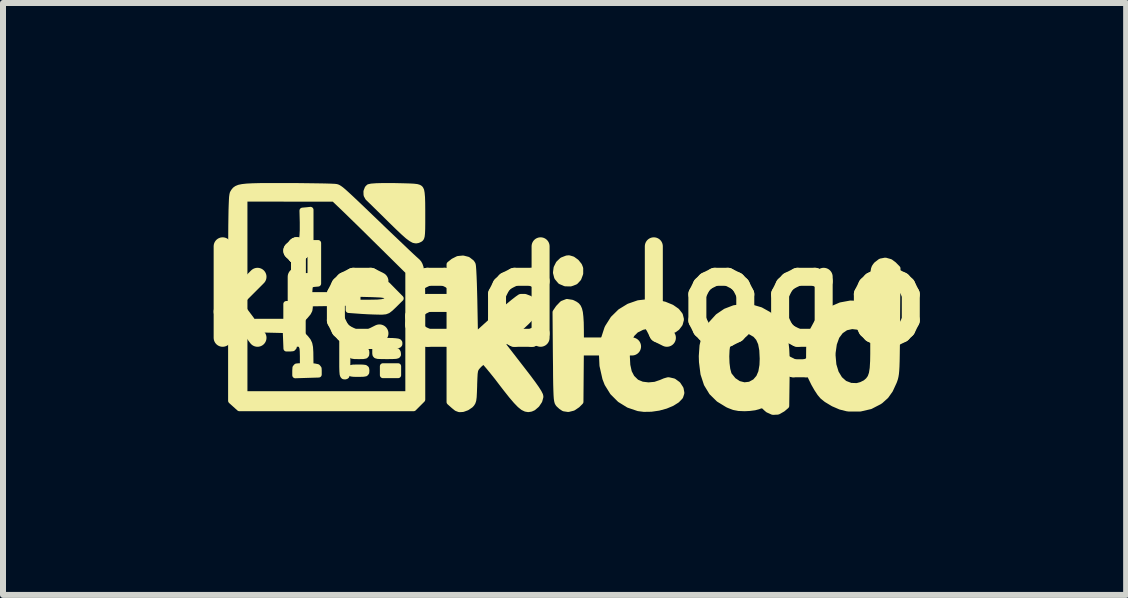
<source format=kicad_pcb>
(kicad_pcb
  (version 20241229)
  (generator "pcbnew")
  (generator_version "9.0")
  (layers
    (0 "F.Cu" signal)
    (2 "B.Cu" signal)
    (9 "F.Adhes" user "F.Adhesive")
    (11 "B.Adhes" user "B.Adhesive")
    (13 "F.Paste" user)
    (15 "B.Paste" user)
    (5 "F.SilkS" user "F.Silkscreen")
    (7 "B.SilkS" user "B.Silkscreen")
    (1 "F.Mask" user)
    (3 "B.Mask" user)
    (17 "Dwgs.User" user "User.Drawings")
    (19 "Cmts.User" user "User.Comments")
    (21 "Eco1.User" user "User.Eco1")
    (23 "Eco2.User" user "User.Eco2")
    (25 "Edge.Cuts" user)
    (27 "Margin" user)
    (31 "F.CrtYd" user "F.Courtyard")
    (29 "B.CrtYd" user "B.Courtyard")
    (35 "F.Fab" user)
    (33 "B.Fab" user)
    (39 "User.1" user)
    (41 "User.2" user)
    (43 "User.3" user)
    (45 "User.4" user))
  (footprint "kicad_logo"
    (layer "F.Cu")
    (at 6.357 1.889)
    (property "Reference" "kicad_logo" (at 0 0 0) (layer "F.SilkS") (effects (font (size 1.524 1.524) (thickness 0.3))))
    (attr through_hole)
    (fp_poly (pts (xy -2.773 1.312) (xy -2.9 1.312) (xy -3.027 1.312) (xy -3.027 1.238) (xy -3.027 1.164) (xy -2.9 1.164) (xy -2.773 1.164) (xy -2.773 1.238) (xy -2.773 1.312)) (stroke (width 0.1) (type solid)) (fill yes) (layer "F.SilkS"))
    (fp_poly (pts (xy 0.261 -0.467) (xy 0.261 -0.381) (xy 0.231 -0.301) (xy 0.179 -0.245) (xy 0.1 -0.216) (xy 0.012 -0.218) (xy -0.065 -0.251) (xy -0.07 -0.255) (xy -0.123 -0.319) (xy -0.143 -0.396) (xy -0.133 -0.474) (xy -0.097 -0.546) (xy -0.038 -0.602) (xy 0.039 -0.632) (xy 0.073 -0.635) (xy 0.134 -0.617) (xy 0.196 -0.572) (xy 0.243 -0.513) (xy 0.261 -0.467)) (stroke (width 0.1) (type solid)) (fill yes) (layer "F.SilkS"))
    (fp_poly (pts (xy -2.775 0.97) (xy -2.785 0.984) (xy -2.812 0.991) (xy -2.866 0.994) (xy -2.953 0.995) (xy -2.962 0.995) (xy -3.052 0.994) (xy -3.109 0.992) (xy -3.139 0.984) (xy -3.151 0.97) (xy -3.154 0.947) (xy -3.154 0.941) (xy -3.154 0.887) (xy -2.969 0.893) (xy -2.88 0.897) (xy -2.824 0.903) (xy -2.794 0.912) (xy -2.781 0.928) (xy -2.777 0.947) (xy -2.775 0.97)) (stroke (width 0.1) (type solid)) (fill yes) (layer "F.SilkS"))
    (fp_poly (pts (xy -3.302 0.942) (xy -3.305 0.971) (xy -3.319 0.987) (xy -3.356 0.994) (xy -3.425 0.995) (xy -3.429 0.995) (xy -3.499 0.994) (xy -3.537 0.988) (xy -3.553 0.972) (xy -3.556 0.944) (xy -3.556 0.942) (xy -3.553 0.913) (xy -3.539 0.897) (xy -3.502 0.89) (xy -3.433 0.889) (xy -3.429 0.889) (xy -3.359 0.89) (xy -3.321 0.896) (xy -3.305 0.912) (xy -3.302 0.94) (xy -3.302 0.942)) (stroke (width 0.1) (type solid)) (fill yes) (layer "F.SilkS"))
    (fp_poly (pts (xy -3.302 1.238) (xy -3.304 1.267) (xy -3.318 1.283) (xy -3.352 1.289) (xy -3.417 1.291) (xy -3.44 1.291) (xy -3.514 1.29) (xy -3.555 1.285) (xy -3.573 1.272) (xy -3.577 1.247) (xy -3.577 1.238) (xy -3.575 1.21) (xy -3.561 1.194) (xy -3.527 1.187) (xy -3.462 1.185) (xy -3.44 1.185) (xy -3.366 1.186) (xy -3.324 1.191) (xy -3.306 1.205) (xy -3.302 1.23) (xy -3.302 1.238)) (stroke (width 0.1) (type solid)) (fill yes) (layer "F.SilkS"))
    (fp_poly (pts (xy -2.752 0.783) (xy -2.753 0.797) (xy -2.762 0.808) (xy -2.783 0.816) (xy -2.821 0.821) (xy -2.882 0.824) (xy -2.972 0.825) (xy -3.096 0.825) (xy -3.186 0.826) (xy -3.619 0.826) (xy -3.619 1.079) (xy -3.62 1.187) (xy -3.622 1.259) (xy -3.627 1.302) (xy -3.635 1.325) (xy -3.649 1.333) (xy -3.662 1.333) (xy -3.679 1.331) (xy -3.69 1.32) (xy -3.698 1.294) (xy -3.702 1.246) (xy -3.704 1.17) (xy -3.704 1.059) (xy -3.704 1.037) (xy -3.704 0.741) (xy -3.228 0.741) (xy -3.074 0.741) (xy -2.958 0.742) (xy -2.873 0.743) (xy -2.816 0.747) (xy -2.78 0.752) (xy -2.761 0.759) (xy -2.753 0.77) (xy -2.752 0.783)) (stroke (width 0.1) (type solid)) (fill yes) (layer "F.SilkS"))
    (fp_poly (pts (xy 0.273 0.715) (xy 0.272 0.905) (xy 0.271 1.028) (xy 0.265 1.756) (xy 0.212 1.809) (xy 0.142 1.856) (xy 0.062 1.876) (xy -0.011 1.865) (xy -0.056 1.835) (xy -0.095 1.799) (xy -0.106 1.785) (xy -0.116 1.767) (xy -0.123 1.741) (xy -0.129 1.702) (xy -0.133 1.646) (xy -0.136 1.568) (xy -0.139 1.465) (xy -0.141 1.332) (xy -0.142 1.164) (xy -0.144 1.007) (xy -0.15 0.263) (xy -0.101 0.191) (xy -0.035 0.122) (xy 0.04 0.093) (xy 0.123 0.106) (xy 0.141 0.114) (xy 0.176 0.132) (xy 0.204 0.152) (xy 0.226 0.179) (xy 0.243 0.217) (xy 0.256 0.27) (xy 0.264 0.342) (xy 0.27 0.437) (xy 0.272 0.56) (xy 0.273 0.715)) (stroke (width 0.1) (type solid)) (fill yes) (layer "F.SilkS"))
    (fp_poly (pts (xy -2.371 -1.362) (xy -2.371 -1.225) (xy -2.372 -1.124) (xy -2.375 -1.053) (xy -2.38 -1.006) (xy -2.388 -0.978) (xy -2.399 -0.962) (xy -2.412 -0.953) (xy -2.445 -0.938) (xy -2.477 -0.933) (xy -2.513 -0.94) (xy -2.556 -0.964) (xy -2.611 -1.005) (xy -2.682 -1.068) (xy -2.774 -1.155) (xy -2.892 -1.27) (xy -2.897 -1.275) (xy -2.998 -1.375) (xy -3.09 -1.465) (xy -3.168 -1.542) (xy -3.228 -1.6) (xy -3.265 -1.636) (xy -3.274 -1.644) (xy -3.299 -1.69) (xy -3.301 -1.748) (xy -3.281 -1.8) (xy -3.259 -1.821) (xy -3.217 -1.83) (xy -3.135 -1.836) (xy -3.014 -1.839) (xy -2.854 -1.838) (xy -2.823 -1.838) (xy -2.684 -1.835) (xy -2.581 -1.832) (xy -2.509 -1.828) (xy -2.46 -1.822) (xy -2.43 -1.813) (xy -2.411 -1.802) (xy -2.401 -1.79) (xy -2.389 -1.765) (xy -2.381 -1.721) (xy -2.375 -1.653) (xy -2.372 -1.556) (xy -2.371 -1.424) (xy -2.371 -1.362)) (stroke (width 0.1) (type solid)) (fill yes) (layer "F.SilkS"))
    (fp_poly (pts (xy 1.947 1.609) (xy 1.927 1.67) (xy 1.872 1.727) (xy 1.789 1.779) (xy 1.686 1.822) (xy 1.569 1.854) (xy 1.445 1.872) (xy 1.323 1.874) (xy 1.23 1.862) (xy 1.068 1.807) (xy 0.924 1.718) (xy 0.804 1.598) (xy 0.714 1.453) (xy 0.68 1.365) (xy 0.632 1.152) (xy 0.622 0.938) (xy 0.649 0.73) (xy 0.712 0.536) (xy 0.722 0.515) (xy 0.812 0.373) (xy 0.931 0.256) (xy 1.073 0.169) (xy 1.231 0.114) (xy 1.4 0.095) (xy 1.524 0.104) (xy 1.667 0.137) (xy 1.784 0.185) (xy 1.869 0.244) (xy 1.922 0.311) (xy 1.94 0.384) (xy 1.92 0.458) (xy 1.873 0.52) (xy 1.819 0.558) (xy 1.754 0.569) (xy 1.668 0.554) (xy 1.593 0.529) (xy 1.484 0.496) (xy 1.393 0.489) (xy 1.301 0.507) (xy 1.289 0.511) (xy 1.191 0.559) (xy 1.12 0.63) (xy 1.071 0.728) (xy 1.045 0.858) (xy 1.038 0.996) (xy 1.046 1.146) (xy 1.072 1.264) (xy 1.119 1.354) (xy 1.189 1.423) (xy 1.204 1.434) (xy 1.291 1.47) (xy 1.398 1.483) (xy 1.509 1.473) (xy 1.609 1.439) (xy 1.67 1.413) (xy 1.722 1.398) (xy 1.734 1.397) (xy 1.817 1.416) (xy 1.887 1.467) (xy 1.934 1.539) (xy 1.947 1.609)) (stroke (width 0.1) (type solid)) (fill yes) (layer "F.SilkS"))
    (fp_poly (pts (xy 3.702 1.159) (xy 3.7 1.35) (xy 3.7 1.359) (xy 3.694 1.824) (xy 3.634 1.875) (xy 3.554 1.92) (xy 3.471 1.924) (xy 3.391 1.888) (xy 3.363 1.864) (xy 3.322 1.825) (xy 3.302 1.818) (xy 3.302 1.039) (xy 3.295 0.894) (xy 3.274 0.782) (xy 3.236 0.697) (xy 3.182 0.635) (xy 3.096 0.585) (xy 2.999 0.57) (xy 2.901 0.587) (xy 2.813 0.635) (xy 2.744 0.711) (xy 2.737 0.724) (xy 2.714 0.793) (xy 2.7 0.889) (xy 2.695 1.001) (xy 2.699 1.114) (xy 2.712 1.216) (xy 2.733 1.294) (xy 2.742 1.312) (xy 2.813 1.4) (xy 2.9 1.458) (xy 2.995 1.482) (xy 3.09 1.471) (xy 3.176 1.424) (xy 3.181 1.419) (xy 3.24 1.351) (xy 3.278 1.262) (xy 3.298 1.147) (xy 3.302 1.039) (xy 3.302 1.818) (xy 3.29 1.813) (xy 3.25 1.823) (xy 3.228 1.832) (xy 3.168 1.848) (xy 3.083 1.859) (xy 3.001 1.863) (xy 2.902 1.859) (xy 2.823 1.844) (xy 2.742 1.813) (xy 2.718 1.802) (xy 2.571 1.712) (xy 2.455 1.598) (xy 2.37 1.458) (xy 2.315 1.29) (xy 2.29 1.092) (xy 2.287 0.995) (xy 2.299 0.823) (xy 2.333 0.677) (xy 2.395 0.542) (xy 2.449 0.457) (xy 2.558 0.337) (xy 2.685 0.251) (xy 2.826 0.197) (xy 2.974 0.176) (xy 3.123 0.187) (xy 3.266 0.229) (xy 3.399 0.303) (xy 3.514 0.407) (xy 3.607 0.54) (xy 3.615 0.556) (xy 3.644 0.622) (xy 3.666 0.694) (xy 3.683 0.778) (xy 3.694 0.879) (xy 3.7 1.004) (xy 3.702 1.159)) (stroke (width 0.1) (type solid)) (fill yes) (layer "F.SilkS"))
    (fp_poly (pts (xy -0.402 1.672) (xy -0.42 1.738) (xy -0.464 1.804) (xy -0.522 1.854) (xy -0.561 1.871) (xy -0.604 1.878) (xy -0.646 1.871) (xy -0.691 1.849) (xy -0.743 1.807) (xy -0.805 1.743) (xy -0.882 1.653) (xy -0.977 1.533) (xy -1.038 1.454) (xy -1.121 1.345) (xy -1.198 1.249) (xy -1.262 1.171) (xy -1.311 1.114) (xy -1.34 1.084) (xy -1.345 1.08) (xy -1.372 1.094) (xy -1.414 1.129) (xy -1.433 1.148) (xy -1.46 1.178) (xy -1.479 1.205) (xy -1.491 1.239) (xy -1.498 1.288) (xy -1.502 1.361) (xy -1.506 1.466) (xy -1.506 1.486) (xy -1.51 1.598) (xy -1.514 1.676) (xy -1.521 1.729) (xy -1.532 1.763) (xy -1.548 1.789) (xy -1.567 1.81) (xy -1.627 1.851) (xy -1.696 1.876) (xy -1.697 1.876) (xy -1.752 1.879) (xy -1.797 1.862) (xy -1.844 1.824) (xy -1.916 1.76) (xy -1.916 0.614) (xy -1.916 -0.533) (xy -1.852 -0.584) (xy -1.775 -0.623) (xy -1.691 -0.631) (xy -1.612 -0.611) (xy -1.55 -0.563) (xy -1.531 -0.533) (xy -1.526 -0.503) (xy -1.521 -0.437) (xy -1.516 -0.34) (xy -1.511 -0.218) (xy -1.507 -0.077) (xy -1.503 0.076) (xy -1.503 0.082) (xy -1.492 0.662) (xy -1.138 0.342) (xy -1.033 0.249) (xy -0.936 0.165) (xy -0.851 0.095) (xy -0.784 0.043) (xy -0.741 0.013) (xy -0.73 0.009) (xy -0.658 0.009) (xy -0.583 0.037) (xy -0.524 0.085) (xy -0.518 0.092) (xy -0.496 0.145) (xy -0.487 0.209) (xy -0.487 0.209) (xy -0.49 0.241) (xy -0.503 0.274) (xy -0.528 0.313) (xy -0.57 0.361) (xy -0.631 0.424) (xy -0.717 0.504) (xy -0.829 0.607) (xy -0.873 0.646) (xy -1.037 0.794) (xy -0.72 1.203) (xy -0.612 1.343) (xy -0.53 1.453) (xy -0.47 1.538) (xy -0.43 1.601) (xy -0.408 1.645) (xy -0.402 1.672)) (stroke (width 0.1) (type solid)) (fill yes) (layer "F.SilkS"))
    (fp_poly (pts (xy 5.548 -0.466) (xy 5.541 0.418) (xy 5.54 0.634) (xy 5.538 0.813) (xy 5.536 0.958) (xy 5.534 1.074) (xy 5.531 1.165) (xy 5.527 1.235) (xy 5.522 1.289) (xy 5.515 1.331) (xy 5.507 1.365) (xy 5.497 1.396) (xy 5.485 1.428) (xy 5.484 1.429) (xy 5.424 1.559) (xy 5.354 1.658) (xy 5.265 1.738) (xy 5.243 1.753) (xy 5.144 1.804) (xy 5.144 0.958) (xy 5.144 0.673) (xy 5.073 0.603) (xy 5.004 0.55) (xy 4.924 0.512) (xy 4.911 0.508) (xy 4.791 0.494) (xy 4.687 0.517) (xy 4.6 0.576) (xy 4.532 0.667) (xy 4.488 0.789) (xy 4.467 0.938) (xy 4.466 0.983) (xy 4.48 1.141) (xy 4.52 1.273) (xy 4.583 1.378) (xy 4.666 1.452) (xy 4.768 1.491) (xy 4.873 1.495) (xy 4.946 1.475) (xy 5.014 1.441) (xy 5.016 1.44) (xy 5.063 1.399) (xy 5.098 1.35) (xy 5.121 1.285) (xy 5.135 1.197) (xy 5.142 1.08) (xy 5.144 0.958) (xy 5.144 1.804) (xy 5.096 1.829) (xy 4.928 1.868) (xy 4.744 1.869) (xy 4.71 1.865) (xy 4.598 1.837) (xy 4.478 1.785) (xy 4.365 1.717) (xy 4.301 1.665) (xy 4.257 1.613) (xy 4.207 1.537) (xy 4.159 1.453) (xy 4.152 1.439) (xy 4.075 1.281) (xy 4.075 0.995) (xy 4.076 0.872) (xy 4.08 0.781) (xy 4.088 0.713) (xy 4.1 0.656) (xy 4.119 0.601) (xy 4.123 0.591) (xy 4.206 0.437) (xy 4.317 0.31) (xy 4.451 0.214) (xy 4.602 0.149) (xy 4.765 0.119) (xy 4.933 0.126) (xy 5.085 0.167) (xy 5.144 0.189) (xy 5.144 -0.136) (xy 5.144 -0.261) (xy 5.145 -0.35) (xy 5.149 -0.412) (xy 5.156 -0.455) (xy 5.167 -0.485) (xy 5.184 -0.51) (xy 5.198 -0.528) (xy 5.267 -0.581) (xy 5.346 -0.596) (xy 5.427 -0.573) (xy 5.485 -0.53) (xy 5.548 -0.466)) (stroke (width 0.1) (type solid)) (fill yes) (layer "F.SilkS"))
    (fp_poly (pts (xy -2.371 0.337) (xy -2.371 0.577) (xy -2.371 0.636) (xy -2.371 1.719) (xy -2.443 1.791) (xy -2.515 1.863) (xy -2.603 1.863) (xy -2.603 1.63) (xy -2.603 0.607) (xy -2.603 -0.415) (xy -3.043 -0.85) (xy -3.166 -0.971) (xy -3.289 -1.093) (xy -3.406 -1.208) (xy -3.512 -1.311) (xy -3.599 -1.396) (xy -3.662 -1.457) (xy -3.842 -1.629) (xy -4.588 -1.629) (xy -5.334 -1.63) (xy -5.334 0) (xy -5.334 1.63) (xy -3.969 1.63) (xy -2.603 1.63) (xy -2.603 1.863) (xy -3.966 1.863) (xy -5.418 1.863) (xy -5.487 1.801) (xy -5.556 1.739) (xy -5.556 0.037) (xy -5.556 -0.28) (xy -5.556 -0.556) (xy -5.555 -0.796) (xy -5.554 -1.001) (xy -5.553 -1.174) (xy -5.551 -1.318) (xy -5.549 -1.435) (xy -5.546 -1.528) (xy -5.543 -1.6) (xy -5.54 -1.653) (xy -5.535 -1.69) (xy -5.53 -1.713) (xy -5.527 -1.721) (xy -5.509 -1.751) (xy -5.488 -1.776) (xy -5.461 -1.795) (xy -5.422 -1.811) (xy -5.368 -1.822) (xy -5.295 -1.83) (xy -5.198 -1.835) (xy -5.074 -1.838) (xy -4.917 -1.839) (xy -4.725 -1.839) (xy -4.611 -1.839) (xy -4.435 -1.838) (xy -4.27 -1.836) (xy -4.122 -1.834) (xy -3.997 -1.832) (xy -3.898 -1.829) (xy -3.833 -1.826) (xy -3.806 -1.823) (xy -3.79 -1.819) (xy -3.772 -1.811) (xy -3.751 -1.798) (xy -3.722 -1.777) (xy -3.684 -1.745) (xy -3.634 -1.7) (xy -3.568 -1.639) (xy -3.483 -1.559) (xy -3.378 -1.459) (xy -3.249 -1.335) (xy -3.092 -1.185) (xy -3.048 -1.142) (xy -2.927 -1.026) (xy -2.812 -0.917) (xy -2.709 -0.819) (xy -2.621 -0.735) (xy -2.554 -0.672) (xy -2.51 -0.631) (xy -2.501 -0.623) (xy -2.473 -0.598) (xy -2.449 -0.576) (xy -2.429 -0.552) (xy -2.413 -0.522) (xy -2.4 -0.484) (xy -2.39 -0.433) (xy -2.383 -0.366) (xy -2.377 -0.28) (xy -2.374 -0.17) (xy -2.372 -0.033) (xy -2.371 0.135) (xy -2.371 0.337)) (stroke (width 0.1) (type solid)) (fill yes) (layer "F.SilkS"))
    (fp_poly (pts (xy -2.73 0.033) (xy -2.842 0.144) (xy -2.901 0.2) (xy -2.944 0.233) (xy -2.946 0.234) (xy -2.946 0.042) (xy -2.953 0.008) (xy -2.955 0.005) (xy -2.972 -0.012) (xy -3.004 -0.023) (xy -3.058 -0.031) (xy -3.141 -0.035) (xy -3.214 -0.038) (xy -3.45 -0.044) (xy -3.45 0.031) (xy -3.45 0.106) (xy -3.233 0.105) (xy -3.12 0.103) (xy -3.042 0.096) (xy -2.992 0.083) (xy -2.974 0.073) (xy -2.946 0.042) (xy -2.946 0.234) (xy -2.985 0.249) (xy -3.037 0.254) (xy -3.082 0.254) (xy -3.165 0.252) (xy -3.271 0.248) (xy -3.379 0.242) (xy -3.405 0.24) (xy -3.598 0.226) (xy -3.598 0.166) (xy -3.598 0.105) (xy -3.921 0.111) (xy -4.244 0.116) (xy -4.245 0.185) (xy -4.251 0.228) (xy -4.274 0.272) (xy -4.32 0.327) (xy -4.371 0.381) (xy -4.497 0.508) (xy -4.372 0.634) (xy -4.314 0.694) (xy -4.276 0.742) (xy -4.253 0.79) (xy -4.241 0.849) (xy -4.236 0.931) (xy -4.235 1.009) (xy -4.233 1.161) (xy -4.165 1.168) (xy -4.117 1.178) (xy -4.098 1.202) (xy -4.096 1.238) (xy -4.096 1.302) (xy -4.292 1.308) (xy -4.487 1.314) (xy -4.487 1.239) (xy -4.484 1.189) (xy -4.466 1.168) (xy -4.424 1.164) (xy -4.36 1.164) (xy -4.36 0.999) (xy -4.362 0.914) (xy -4.367 0.859) (xy -4.381 0.822) (xy -4.405 0.791) (xy -4.42 0.777) (xy -4.468 0.734) (xy -4.495 0.725) (xy -4.507 0.75) (xy -4.508 0.794) (xy -4.512 0.844) (xy -4.53 0.864) (xy -4.571 0.868) (xy -4.634 0.868) (xy -4.64 0.714) (xy -4.646 0.561) (xy -4.895 0.555) (xy -5.144 0.549) (xy -5.144 0.486) (xy -5.144 0.423) (xy -4.889 0.423) (xy -4.636 0.423) (xy -4.636 0.275) (xy -4.636 0.127) (xy -4.572 0.127) (xy -4.531 0.13) (xy -4.513 0.148) (xy -4.509 0.193) (xy -4.508 0.212) (xy -4.504 0.272) (xy -4.488 0.293) (xy -4.456 0.275) (xy -4.428 0.247) (xy -4.406 0.22) (xy -4.392 0.186) (xy -4.385 0.136) (xy -4.382 0.06) (xy -4.381 -0.007) (xy -4.381 -0.212) (xy -4.445 -0.212) (xy -4.508 -0.212) (xy -4.508 -0.55) (xy -4.508 -0.889) (xy -4.447 -0.889) (xy -4.405 -0.895) (xy -4.383 -0.92) (xy -4.372 -0.965) (xy -4.366 -1.02) (xy -4.362 -1.103) (xy -4.362 -1.199) (xy -4.362 -1.234) (xy -4.367 -1.429) (xy -4.3 -1.435) (xy -4.233 -1.442) (xy -4.233 -1.166) (xy -4.233 -0.889) (xy -4.17 -0.889) (xy -4.106 -0.889) (xy -4.106 -0.552) (xy -4.106 -0.214) (xy -4.175 -0.208) (xy -4.219 -0.2) (xy -4.233 -0.186) (xy -4.233 -0.339) (xy -4.233 -0.55) (xy -4.233 -0.762) (xy -4.297 -0.762) (xy -4.36 -0.762) (xy -4.36 -0.55) (xy -4.36 -0.339) (xy -4.297 -0.339) (xy -4.233 -0.339) (xy -4.233 -0.186) (xy -4.24 -0.18) (xy -4.249 -0.134) (xy -4.25 -0.111) (xy -4.257 -0.021) (xy -3.928 -0.021) (xy -3.598 -0.021) (xy -3.598 -0.106) (xy -3.598 -0.191) (xy -3.275 -0.191) (xy -2.951 -0.191) (xy -2.841 -0.079) (xy -2.73 0.033)) (stroke (width 0.1) (type solid)) (fill yes) (layer "F.SilkS")))
  (gr_rect
    (start -3 -3)
    (end 15.715 6.863)
    (stroke (width 0.1) (type default))
    (fill no)
    (layer "Edge.Cuts")))
</source>
